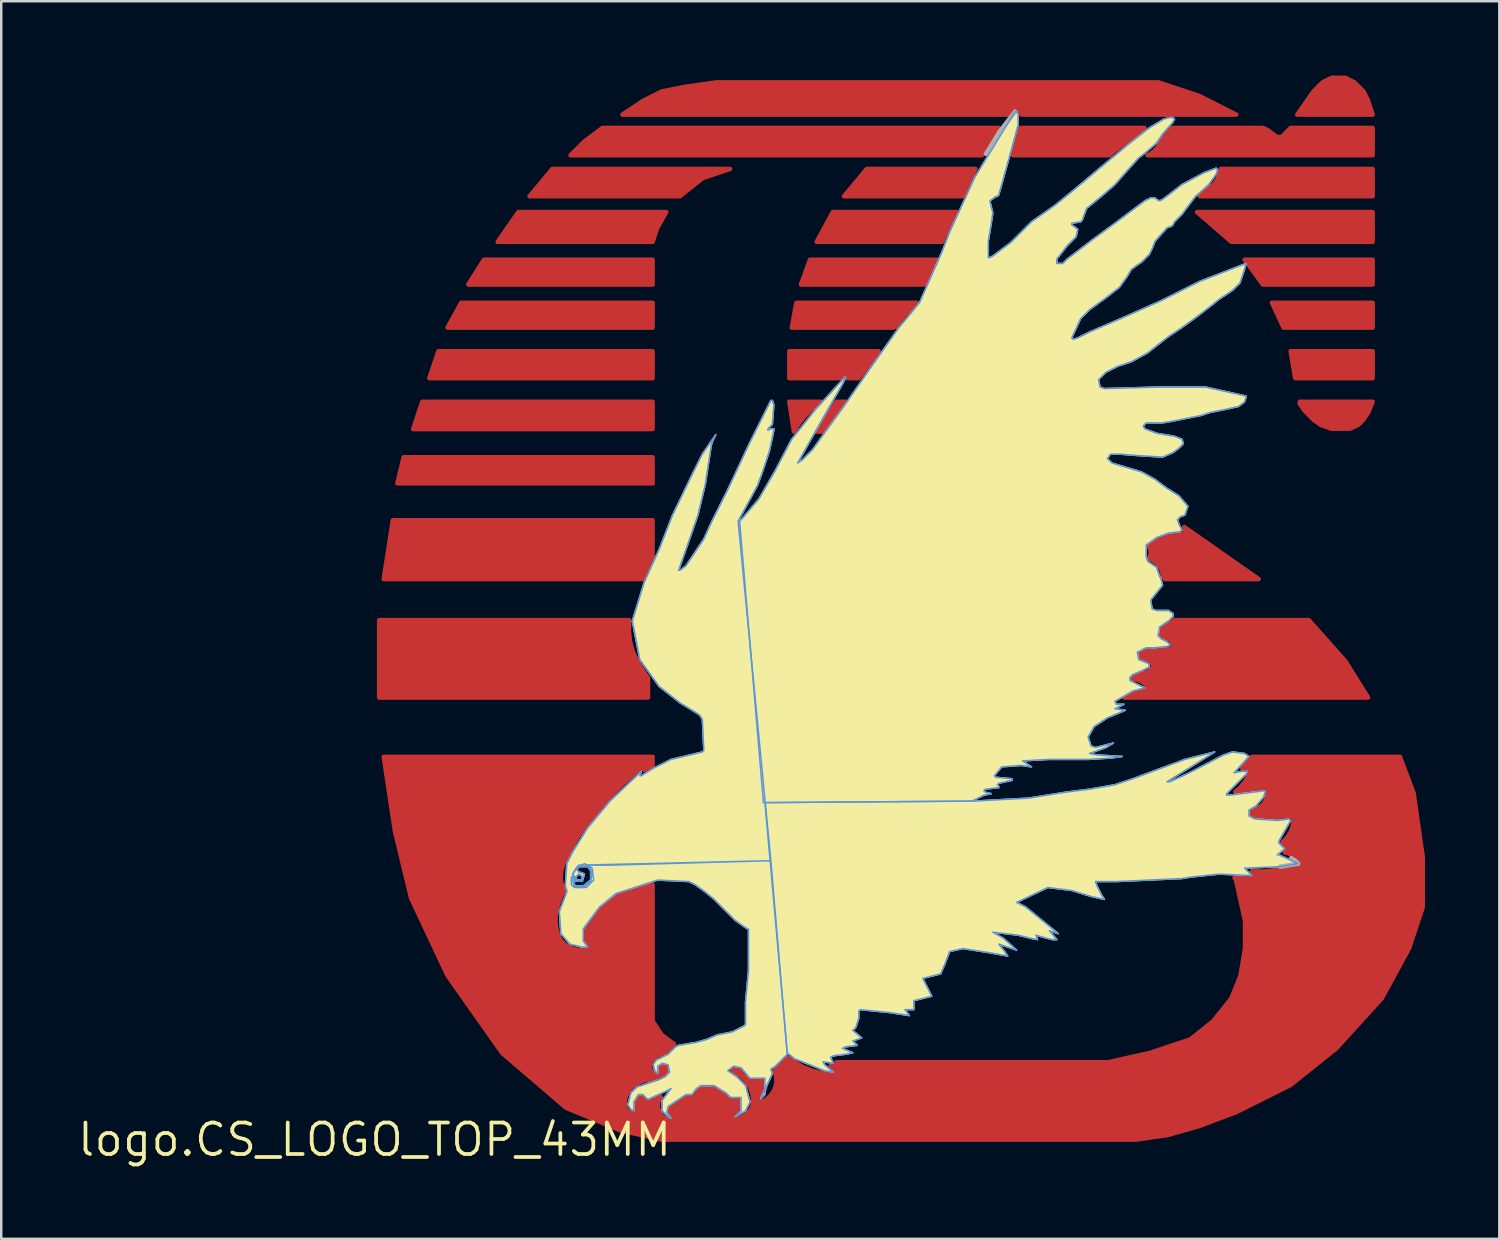
<source format=kicad_pcb>
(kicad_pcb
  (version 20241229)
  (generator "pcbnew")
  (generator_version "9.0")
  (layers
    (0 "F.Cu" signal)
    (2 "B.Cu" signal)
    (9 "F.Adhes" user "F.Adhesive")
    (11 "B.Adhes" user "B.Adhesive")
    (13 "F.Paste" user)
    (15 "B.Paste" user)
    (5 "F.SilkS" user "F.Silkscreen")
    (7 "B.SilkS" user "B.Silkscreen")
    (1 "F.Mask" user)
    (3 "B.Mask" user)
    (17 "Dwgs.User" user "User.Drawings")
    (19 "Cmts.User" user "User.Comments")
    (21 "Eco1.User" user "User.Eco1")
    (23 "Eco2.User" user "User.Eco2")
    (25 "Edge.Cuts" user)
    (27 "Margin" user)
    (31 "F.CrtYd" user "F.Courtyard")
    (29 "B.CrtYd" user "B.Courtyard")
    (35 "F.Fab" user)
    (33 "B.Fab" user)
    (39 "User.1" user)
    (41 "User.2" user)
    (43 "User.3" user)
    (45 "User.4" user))
  (footprint "logo.CS_LOGO_TOP_43MM"
    (layer "F.Cu")
    (at 12.072 42.956)
    (property "Reference" "logo.CS_LOGO_TOP_43MM" (at 0 0 0) (layer "F.SilkS") (effects (font (size 1.27 1.27) (thickness 0.15))))
    (fp_poly (pts (xy 1.172 -27.548) (xy 11.223 -27.548) (xy 11.223 -26.492) (xy 0.92 -26.492)) (stroke (width 0.18) (type default)) (fill yes) (layer "F.Cu"))
    (fp_poly (pts (xy 1.924 -29.788) (xy 11.223 -29.788) (xy 11.223 -28.684) (xy 1.556 -28.684)) (stroke (width 0.18) (type default)) (fill yes) (layer "F.Cu"))
    (fp_poly (pts (xy 2.576 -31.828) (xy 11.223 -31.828) (xy 11.223 -30.74) (xy 2.208 -30.74)) (stroke (width 0.18) (type default)) (fill yes) (layer "F.Cu"))
    (fp_poly (pts (xy 3.496 -33.783) (xy 11.223 -33.783) (xy 11.223 -32.78) (xy 2.944 -32.78)) (stroke (width 0.18) (type default)) (fill yes) (layer "F.Cu"))
    (fp_poly (pts (xy 4.415 -35.523) (xy 11.223 -35.523) (xy 11.223 -34.519) (xy 3.78 -34.519)) (stroke (width 0.18) (type default)) (fill yes) (layer "F.Cu"))
    (fp_poly (pts (xy 18.109 -28.584) (xy 17.826 -28.584) (xy 18.642 -29.788) (xy 19.031 -29.788)) (stroke (width 0.18) (type default)) (fill yes) (layer "F.Cu"))
    (fp_poly (pts (xy 35.859 -34.519) (xy 35.123 -35.523) (xy 40.291 -35.523) (xy 40.291 -34.519)) (stroke (width 0.18) (type default)) (fill yes) (layer "F.Cu"))
    (fp_poly (pts (xy 36.695 -32.78) (xy 36.227 -33.783) (xy 40.291 -33.783) (xy 40.291 -32.78)) (stroke (width 0.18) (type default)) (fill yes) (layer "F.Cu"))
    (fp_poly (pts (xy 37.163 -30.74) (xy 36.979 -31.828) (xy 40.291 -31.828) (xy 40.291 -30.74)) (stroke (width 0.18) (type default)) (fill yes) (layer "F.Cu"))
    (fp_poly (pts (xy 40.291 -36.243) (xy 34.587 -36.243) (xy 33.199 -37.447) (xy 40.291 -37.447)) (stroke (width 0.18) (type default)) (fill yes) (layer "F.Cu"))
    (fp_poly (pts (xy 0.736 -25.005) (xy 11.223 -25.005) (xy 11.223 -23.536) (xy 10.81 -22.629) (xy 0.368 -22.629)) (stroke (width 0.18) (type default)) (fill yes) (layer "F.Cu"))
    (fp_poly (pts (xy 5.803 -37.447) (xy 11.774 -37.447) (xy 11.406 -36.795) (xy 11.223 -36.243) (xy 4.967 -36.243)) (stroke (width 0.18) (type default)) (fill yes) (layer "F.Cu"))
    (fp_poly (pts (xy 7.175 -39.187) (xy 14.35 -39.187) (xy 13.246 -38.819) (xy 12.326 -38.083) (xy 6.255 -38.083)) (stroke (width 0.18) (type default)) (fill yes) (layer "F.Cu"))
    (fp_poly (pts (xy 17.578 -35.523) (xy 22.712 -35.523) (xy 22.566 -35.182) (xy 22.369 -34.711) (xy 22.304 -34.519) (xy 17.21 -34.519)) (stroke (width 0.18) (type default)) (fill yes) (layer "F.Cu"))
    (fp_poly (pts (xy 24.144 -38.953) (xy 24.123 -38.907) (xy 24.102 -38.863) (xy 24.102 -38.862) (xy 23.744 -38.083) (xy 18.949 -38.083) (xy 19.869 -39.187) (xy 24.256 -39.187) (xy 24.145 -38.953)) (stroke (width 0.18) (type default)) (fill yes) (layer "F.Cu"))
    (fp_poly (pts (xy 37.899 -42.314) (xy 38.267 -42.682) (xy 38.635 -42.866) (xy 39.187 -42.866) (xy 39.555 -42.682) (xy 39.922 -42.314) (xy 40.106 -41.946) (xy 40.291 -41.378) (xy 37.247 -41.378)) (stroke (width 0.18) (type default)) (fill yes) (layer "F.Cu"))
    (fp_poly (pts (xy 40.106 -29.336) (xy 40.1 -29.35) (xy 39.922 -29.068) (xy 39.7 -28.85) (xy 39.371 -28.7) (xy 38.635 -28.7) (xy 38.2 -28.85) (xy 37.899 -29.068) (xy 37.531 -29.436) (xy 37.347 -29.704) (xy 37.347 -29.788) (xy 40.291 -29.788)) (stroke (width 0.18) (type default)) (fill yes) (layer "F.Cu"))
    (fp_poly (pts (xy 17.026 -33.783) (xy 21.884 -33.783) (xy 21.392 -33.273) (xy 21.386 -33.272) (xy 21.359 -33.236) (xy 21.328 -33.202) (xy 21.329 -33.196) (xy 21.1 -32.896) (xy 21.097 -32.895) (xy 21.07 -32.856) (xy 21.04 -32.818) (xy 21.041 -32.815) (xy 20.934 -32.78) (xy 16.842 -32.78)) (stroke (width 0.18) (type default)) (fill yes) (layer "F.Cu"))
    (fp_poly (pts (xy 17.748 -29.598) (xy 17.717 -29.566) (xy 17.678 -29.527) (xy 17.678 -29.526) (xy 17.386 -29.223) (xy 17.379 -29.223) (xy 17.352 -29.188) (xy 17.32 -29.155) (xy 17.32 -29.149) (xy 17.109 -28.884) (xy 16.926 -28.584) (xy 16.742 -29.788) (xy 18.031 -29.788) (xy 17.749 -29.598)) (stroke (width 0.18) (type default)) (fill yes) (layer "F.Cu"))
    (fp_poly (pts (xy 18.497 -37.447) (xy 23.506 -37.447) (xy 23.122 -36.727) (xy 23.121 -36.727) (xy 23.099 -36.679) (xy 23.08 -36.636) (xy 23.08 -36.636) (xy 22.947 -36.337) (xy 22.941 -36.334) (xy 22.927 -36.292) (xy 22.909 -36.252) (xy 22.912 -36.245) (xy 22.911 -36.243) (xy 17.846 -36.243)) (stroke (width 0.18) (type default)) (fill yes) (layer "F.Cu"))
    (fp_poly (pts (xy 8.463 -40.291) (xy 9.199 -40.842) (xy 25.195 -40.842) (xy 25.152 -40.787) (xy 25.145 -40.786) (xy 25.122 -40.748) (xy 25.095 -40.713) (xy 25.096 -40.706) (xy 24.598 -39.894) (xy 24.591 -39.892) (xy 24.572 -39.852) (xy 24.549 -39.815) (xy 24.551 -39.807) (xy 24.518 -39.739) (xy 7.911 -39.739)) (stroke (width 0.18) (type default)) (fill yes) (layer "F.Cu"))
    (fp_poly (pts (xy 30.394 -40.306) (xy 30.393 -40.307) (xy 30.355 -40.278) (xy 30.313 -40.248) (xy 30.313 -40.246) (xy 29.824 -39.878) (xy 29.818 -39.878) (xy 29.785 -39.848) (xy 29.749 -39.821) (xy 29.748 -39.814) (xy 29.666 -39.739) (xy 25.77 -39.739) (xy 26.071 -40.842) (xy 31.081 -40.842) (xy 30.782 -40.591)) (stroke (width 0.18) (type default)) (fill yes) (layer "F.Cu"))
    (fp_poly (pts (xy 10.854 -41.946) (xy 11.59 -42.314) (xy 12.51 -42.498) (xy 13.798 -42.682) (xy 31.644 -42.682) (xy 33.299 -42.13) (xy 34.787 -41.378) (xy 26.117 -41.378) (xy 26.007 -41.586) (xy 25.99 -41.611) (xy 25.983 -41.612) (xy 25.979 -41.62) (xy 25.956 -41.625) (xy 25.937 -41.639) (xy 25.922 -41.637) (xy 25.91 -41.645) (xy 25.887 -41.64) (xy 25.863 -41.645) (xy 25.851 -41.637) (xy 25.837 -41.639) (xy 25.818 -41.625) (xy 25.795 -41.62) (xy 25.793 -41.616) (xy 25.791 -41.616) (xy 25.77 -41.589) (xy 25.657 -41.378) (xy 10.003 -41.378)) (stroke (width 0.18) (type default)) (fill yes) (layer "F.Cu"))
    (fp_poly (pts (xy 35.859 -40.842) (xy 36.043 -40.758) (xy 36.427 -40.474) (xy 36.611 -40.474) (xy 36.979 -40.842) (xy 40.291 -40.842) (xy 40.291 -39.739) (xy 31.208 -39.739) (xy 31.253 -39.759) (xy 31.267 -39.756) (xy 31.298 -39.779) (xy 31.333 -39.794) (xy 31.338 -39.807) (xy 31.411 -39.859) (xy 31.425 -39.86) (xy 31.451 -39.888) (xy 31.482 -39.91) (xy 31.484 -39.924) (xy 31.546 -39.989) (xy 31.559 -39.992) (xy 31.579 -40.025) (xy 31.605 -40.053) (xy 31.605 -40.067) (xy 31.646 -40.134) (xy 31.649 -40.134) (xy 31.673 -40.176) (xy 31.698 -40.218) (xy 31.698 -40.22) (xy 31.778 -40.359) (xy 31.903 -40.522) (xy 32.183 -40.842)) (stroke (width 0.18) (type default)) (fill yes) (layer "F.Cu"))
    (fp_poly (pts (xy 16.742 -31.828) (xy 20.346 -31.828) (xy 19.954 -31.272) (xy 19.954 -31.272) (xy 19.923 -31.227) (xy 19.896 -31.19) (xy 19.896 -31.189) (xy 19.547 -30.74) (xy 19.14 -30.74) (xy 19.078 -30.742) (xy 19.125 -30.789) (xy 19.125 -30.811) (xy 19.085 -30.755) (xy 19.126 -30.757) (xy 19.129 -30.76) (xy 19.125 -30.805) (xy 19.125 -30.851) (xy 19.121 -30.855) (xy 19.12 -30.861) (xy 19.086 -30.89) (xy 19.054 -30.922) (xy 19.048 -30.922) (xy 19.043 -30.926) (xy 18.998 -30.922) (xy 18.953 -30.922) (xy 18.949 -30.918) (xy 18.942 -30.917) (xy 18.913 -30.882) (xy 18.881 -30.851) (xy 18.881 -30.844) (xy 18.825 -30.74) (xy 16.742 -30.74)) (stroke (width 0.18) (type default)) (fill yes) (layer "F.Cu"))
    (fp_poly (pts (xy 10.261 -20.573) (xy 10.265 -20.532) (xy 10.264 -20.491) (xy 10.271 -20.483) (xy 10.307 -20.161) (xy 10.302 -20.151) (xy 10.313 -20.112) (xy 10.317 -20.071) (xy 10.326 -20.064) (xy 10.412 -19.751) (xy 10.408 -19.741) (xy 10.425 -19.703) (xy 10.436 -19.664) (xy 10.445 -19.659) (xy 10.579 -19.364) (xy 10.577 -19.355) (xy 10.599 -19.319) (xy 10.617 -19.281) (xy 10.626 -19.277) (xy 10.939 -18.782) (xy 10.938 -18.774) (xy 10.965 -18.741) (xy 10.988 -18.704) (xy 10.997 -18.702) (xy 11.038 -18.652) (xy 11.038 -17.846) (xy 0.184 -17.846) (xy 0.184 -20.973) (xy 10.285 -20.973) (xy 10.284 -20.954) (xy 10.277 -20.913) (xy 10.282 -20.905) (xy 10.268 -20.581)) (stroke (width 0.18) (type default)) (fill yes) (layer "F.Cu"))
    (fp_poly (pts (xy 40.291 -38.083) (xy 33.314 -38.083) (xy 33.472 -38.237) (xy 33.711 -38.43) (xy 33.714 -38.43) (xy 33.75 -38.461) (xy 33.788 -38.492) (xy 33.788 -38.494) (xy 33.822 -38.523) (xy 33.833 -38.524) (xy 33.859 -38.554) (xy 33.89 -38.581) (xy 33.891 -38.592) (xy 33.925 -38.633) (xy 33.936 -38.635) (xy 33.957 -38.67) (xy 33.983 -38.701) (xy 33.982 -38.712) (xy 34.009 -38.758) (xy 34.019 -38.762) (xy 34.034 -38.8) (xy 34.055 -38.835) (xy 34.053 -38.846) (xy 34.069 -38.888) (xy 34.073 -38.89) (xy 34.088 -38.934) (xy 34.105 -38.978) (xy 34.104 -38.982) (xy 34.136 -39.08) (xy 34.145 -39.087) (xy 34.152 -39.127) (xy 34.153 -39.131) (xy 34.166 -39.151) (xy 34.164 -39.162) (xy 34.165 -39.166) (xy 34.161 -39.173) (xy 34.16 -39.177) (xy 34.162 -39.187) (xy 40.291 -39.187)) (stroke (width 0.18) (type default)) (fill yes) (layer "F.Cu"))
    (fp_poly (pts (xy 31.813 -22.82) (xy 31.804 -22.859) (xy 31.801 -22.898) (xy 31.793 -22.906) (xy 31.788 -22.926) (xy 31.792 -22.937) (xy 31.776 -22.973) (xy 31.767 -23.012) (xy 31.757 -23.018) (xy 31.749 -23.037) (xy 31.751 -23.049) (xy 31.729 -23.082) (xy 31.713 -23.119) (xy 31.702 -23.123) (xy 31.691 -23.14) (xy 31.691 -23.154) (xy 31.664 -23.181) (xy 31.642 -23.214) (xy 31.629 -23.216) (xy 31.578 -23.269) (xy 31.575 -23.283) (xy 31.544 -23.304) (xy 31.517 -23.331) (xy 31.503 -23.331) (xy 31.441 -23.372) (xy 31.436 -23.385) (xy 31.401 -23.399) (xy 31.369 -23.42) (xy 31.355 -23.417) (xy 31.256 -23.457) (xy 31.25 -23.459) (xy 31.253 -23.465) (xy 31.275 -23.503) (xy 31.291 -23.512) (xy 31.299 -23.545) (xy 31.317 -23.575) (xy 31.312 -23.593) (xy 31.315 -23.604) (xy 31.328 -23.616) (xy 31.328 -23.651) (xy 31.337 -23.684) (xy 31.328 -23.7) (xy 31.328 -23.712) (xy 31.337 -23.727) (xy 31.328 -23.76) (xy 31.328 -23.795) (xy 31.315 -23.808) (xy 31.312 -23.819) (xy 31.317 -23.836) (xy 31.299 -23.866) (xy 31.291 -23.899) (xy 31.275 -23.908) (xy 31.255 -23.943) (xy 31.348 -24.041) (xy 31.47 -24.129) (xy 31.614 -24.194) (xy 32.09 -24.372) (xy 32.231 -24.417) (xy 32.371 -24.434) (xy 32.48 -24.428) (xy 32.486 -24.423) (xy 32.529 -24.425) (xy 32.53 -24.425) (xy 32.553 -24.416) (xy 32.568 -24.423) (xy 32.574 -24.423) (xy 32.579 -24.428) (xy 32.606 -24.429) (xy 32.611 -24.434) (xy 32.618 -24.434) (xy 32.638 -24.454) (xy 32.663 -24.465) (xy 32.666 -24.472) (xy 32.673 -24.474) (xy 32.684 -24.5) (xy 32.703 -24.519) (xy 32.703 -24.527) (xy 32.709 -24.532) (xy 32.71 -24.559) (xy 32.721 -24.585) (xy 32.72 -24.587) (xy 32.721 -24.588) (xy 32.713 -24.62) (xy 32.715 -24.652) (xy 32.701 -24.667) (xy 32.695 -24.691) (xy 32.7 -24.705) (xy 32.686 -24.733) (xy 35.691 -22.629) (xy 31.909 -22.629) (xy 31.908 -22.64) (xy 31.884 -22.662) (xy 31.868 -22.691) (xy 31.85 -22.696) (xy 31.834 -22.711) (xy 31.816 -22.728) (xy 31.814 -22.731) (xy 31.812 -22.736) (xy 31.81 -22.753) (xy 31.807 -22.809)) (stroke (width 0.18) (type default)) (fill yes) (layer "F.Cu"))
    (fp_poly (pts (xy 37.715 -20.973) (xy 39.187 -19.317) (xy 40.106 -17.846) (xy 30.271 -17.846) (xy 30.277 -17.85) (xy 30.451 -17.936) (xy 30.64 -17.997) (xy 31.103 -18.113) (xy 31.139 -18.113) (xy 31.15 -18.125) (xy 31.166 -18.129) (xy 31.184 -18.16) (xy 31.21 -18.185) (xy 31.209 -18.201) (xy 31.218 -18.215) (xy 31.209 -18.25) (xy 31.209 -18.286) (xy 31.197 -18.298) (xy 31.193 -18.313) (xy 31.163 -18.332) (xy 31.1 -18.393) (xy 31.097 -18.407) (xy 31.065 -18.428) (xy 31.038 -18.454) (xy 31.024 -18.454) (xy 30.968 -18.489) (xy 30.962 -18.503) (xy 30.927 -18.516) (xy 30.895 -18.536) (xy 30.881 -18.533) (xy 30.82 -18.556) (xy 30.811 -18.568) (xy 30.774 -18.573) (xy 30.738 -18.587) (xy 30.725 -18.581) (xy 30.625 -18.596) (xy 30.603 -18.6) (xy 30.684 -18.682) (xy 30.793 -18.756) (xy 30.913 -18.807) (xy 31.005 -18.827) (xy 31.006 -18.826) (xy 31.051 -18.837) (xy 31.102 -18.848) (xy 31.103 -18.849) (xy 31.111 -18.851) (xy 31.126 -18.846) (xy 31.158 -18.862) (xy 31.193 -18.87) (xy 31.202 -18.884) (xy 31.221 -18.894) (xy 31.237 -18.892) (xy 31.265 -18.916) (xy 31.298 -18.932) (xy 31.303 -18.947) (xy 31.321 -18.963) (xy 31.339 -18.966) (xy 31.359 -18.994) (xy 31.38 -19.012) (xy 31.384 -19.014) (xy 31.384 -19.016) (xy 31.385 -19.016) (xy 31.385 -19.017) (xy 31.393 -19.044) (xy 31.412 -19.071) (xy 31.411 -19.072) (xy 31.413 -19.073) (xy 31.413 -19.105) (xy 31.422 -19.135) (xy 31.421 -19.137) (xy 31.422 -19.138) (xy 31.413 -19.169) (xy 31.413 -19.201) (xy 31.411 -19.202) (xy 31.412 -19.203) (xy 31.393 -19.229) (xy 31.384 -19.258) (xy 31.384 -19.259) (xy 31.384 -19.259) (xy 31.384 -19.26) (xy 31.381 -19.262) (xy 31.358 -19.28) (xy 31.339 -19.308) (xy 31.334 -19.309) (xy 31.332 -19.312) (xy 31.3 -19.329) (xy 31.271 -19.352) (xy 31.27 -19.352) (xy 31.269 -19.353) (xy 31.234 -19.362) (xy 31.201 -19.378) (xy 31.187 -19.373) (xy 31.171 -19.377) (xy 31.126 -19.387) (xy 31.125 -19.386) (xy 31.076 -19.396) (xy 30.995 -19.429) (xy 30.922 -19.474) (xy 30.902 -19.493) (xy 30.888 -19.515) (xy 30.88 -19.54) (xy 30.878 -19.566) (xy 30.882 -19.592) (xy 30.893 -19.616) (xy 30.927 -19.661) (xy 30.971 -19.697) (xy 31.021 -19.723) (xy 31.077 -19.736) (xy 31.144 -19.736) (xy 31.278 -19.729) (xy 31.284 -19.724) (xy 31.328 -19.726) (xy 31.371 -19.724) (xy 31.377 -19.729) (xy 31.468 -19.734) (xy 31.471 -19.732) (xy 31.518 -19.737) (xy 31.565 -19.739) (xy 31.568 -19.742) (xy 32.032 -19.794) (xy 32.045 -19.786) (xy 32.072 -19.792) (xy 32.099 -19.788) (xy 32.104 -19.792) (xy 32.11 -19.791) (xy 32.133 -19.806) (xy 32.161 -19.813) (xy 32.164 -19.818) (xy 32.17 -19.819) (xy 32.186 -19.842) (xy 32.208 -19.857) (xy 32.209 -19.864) (xy 32.215 -19.867) (xy 32.221 -19.894) (xy 32.237 -19.917) (xy 32.236 -19.923) (xy 32.24 -19.928) (xy 32.236 -19.956) (xy 32.242 -19.982) (xy 32.241 -19.984) (xy 32.241 -19.985) (xy 32.227 -20.014) (xy 32.223 -20.046) (xy 32.217 -20.05) (xy 32.217 -20.054) (xy 32.194 -20.083) (xy 32.178 -20.116) (xy 32.178 -20.116) (xy 32.15 -20.139) (xy 32.127 -20.168) (xy 32.127 -20.168) (xy 32.093 -20.184) (xy 32.065 -20.206) (xy 32.051 -20.205) (xy 32.041 -20.209) (xy 31.996 -20.23) (xy 31.993 -20.229) (xy 31.92 -20.26) (xy 31.819 -20.319) (xy 31.769 -20.36) (xy 31.731 -20.406) (xy 31.714 -20.44) (xy 31.706 -20.475) (xy 31.708 -20.511) (xy 31.718 -20.546) (xy 31.737 -20.577) (xy 31.766 -20.605) (xy 32.076 -20.812) (xy 32.078 -20.811) (xy 32.12 -20.841) (xy 32.159 -20.867) (xy 32.159 -20.868) (xy 32.17 -20.868) (xy 32.198 -20.896) (xy 32.231 -20.919) (xy 32.233 -20.931) (xy 32.239 -20.937) (xy 32.251 -20.939) (xy 32.274 -20.972) (xy 32.275 -20.973)) (stroke (width 0.18) (type default)) (fill yes) (layer "F.Cu"))
    (fp_poly (pts (xy 41.394 -15.454) (xy 41.946 -13.982) (xy 42.314 -11.406) (xy 42.314 -9.383) (xy 41.762 -7.727) (xy 40.658 -5.703) (xy 38.819 -3.679) (xy 36.979 -2.208) (xy 34.771 -1.104) (xy 33.299 -0.552) (xy 32.012 -0.184) (xy 30.724 0) (xy 11.59 0) (xy 9.935 -0.368) (xy 7.727 -1.288) (xy 5.151 -3.496) (xy 2.944 -6.623) (xy 1.472 -9.751) (xy 0.822 -12.44) (xy 0.368 -15.454) (xy 11.223 -15.454) (xy 11.223 -15.116) (xy 11.187 -15.094) (xy 11.144 -15.07) (xy 11.143 -15.066) (xy 10.882 -14.923) (xy 10.873 -14.93) (xy 10.868 -14.937) (xy 10.853 -14.968) (xy 10.836 -14.973) (xy 10.824 -14.987) (xy 10.79 -14.989) (xy 10.757 -15) (xy 10.741 -14.992) (xy 10.723 -14.993) (xy 10.698 -14.97) (xy 10.667 -14.955) (xy 10.661 -14.938) (xy 10.069 -14.409) (xy 10.065 -14.409) (xy 10.033 -14.376) (xy 9.997 -14.345) (xy 9.997 -14.34) (xy 9.449 -13.783) (xy 9.443 -13.783) (xy 9.414 -13.748) (xy 9.382 -13.715) (xy 9.382 -13.709) (xy 8.537 -12.695) (xy 8.53 -12.694) (xy 8.505 -12.657) (xy 8.476 -12.623) (xy 8.477 -12.616) (xy 8.206 -12.221) (xy 8.2 -12.22) (xy 8.178 -12.18) (xy 8.152 -12.143) (xy 8.153 -12.137) (xy 7.918 -11.723) (xy 7.915 -11.722) (xy 7.894 -11.679) (xy 7.87 -11.638) (xy 7.871 -11.634) (xy 7.672 -11.235) (xy 7.666 -11.232) (xy 7.65 -11.191) (xy 7.629 -11.15) (xy 7.631 -11.144) (xy 7.594 -11.05) (xy 7.585 -11.044) (xy 7.576 -11.005) (xy 7.561 -10.966) (xy 7.565 -10.956) (xy 7.542 -10.853) (xy 7.534 -10.846) (xy 7.531 -10.805) (xy 7.522 -10.765) (xy 7.528 -10.756) (xy 7.521 -10.651) (xy 7.514 -10.643) (xy 7.518 -10.602) (xy 7.515 -10.561) (xy 7.522 -10.553) (xy 7.531 -10.447) (xy 7.526 -10.438) (xy 7.536 -10.399) (xy 7.539 -10.357) (xy 7.548 -10.351) (xy 7.572 -10.253) (xy 7.569 -10.248) (xy 7.584 -10.205) (xy 7.595 -10.16) (xy 7.599 -10.158) (xy 7.639 -10.039) (xy 7.639 -10.028) (xy 7.543 -9.843) (xy 7.536 -9.84) (xy 7.521 -9.8) (xy 7.5 -9.761) (xy 7.503 -9.753) (xy 7.433 -9.572) (xy 7.426 -9.568) (xy 7.415 -9.525) (xy 7.399 -9.484) (xy 7.403 -9.477) (xy 7.353 -9.289) (xy 7.346 -9.283) (xy 7.34 -9.24) (xy 7.329 -9.199) (xy 7.333 -9.192) (xy 7.314 -9.047) (xy 7.307 -9.041) (xy 7.307 -8.999) (xy 7.301 -8.957) (xy 7.307 -8.949) (xy 7.307 -8.803) (xy 7.301 -8.796) (xy 7.307 -8.754) (xy 7.307 -8.711) (xy 7.314 -8.705) (xy 7.333 -8.56) (xy 7.329 -8.552) (xy 7.34 -8.511) (xy 7.345 -8.469) (xy 7.353 -8.463) (xy 7.392 -8.321) (xy 7.388 -8.31) (xy 7.405 -8.273) (xy 7.416 -8.234) (xy 7.426 -8.228) (xy 7.453 -8.17) (xy 7.45 -8.157) (xy 7.473 -8.125) (xy 7.489 -8.09) (xy 7.501 -8.085) (xy 7.54 -8.031) (xy 7.54 -8.018) (xy 7.568 -7.991) (xy 7.591 -7.959) (xy 7.603 -7.957) (xy 7.651 -7.911) (xy 7.653 -7.898) (xy 7.686 -7.877) (xy 7.714 -7.849) (xy 7.727 -7.85) (xy 7.782 -7.814) (xy 7.786 -7.803) (xy 7.823 -7.787) (xy 7.856 -7.765) (xy 7.868 -7.767) (xy 7.949 -7.732) (xy 7.955 -7.722) (xy 7.995 -7.712) (xy 8.032 -7.696) (xy 8.042 -7.7) (xy 8.128 -7.679) (xy 8.135 -7.67) (xy 8.176 -7.667) (xy 8.215 -7.657) (xy 8.225 -7.663) (xy 8.307 -7.656) (xy 8.311 -7.652) (xy 8.357 -7.652) (xy 8.402 -7.648) (xy 8.406 -7.652) (xy 8.598 -7.652) (xy 8.644 -7.648) (xy 8.648 -7.652) (xy 8.653 -7.652) (xy 8.685 -7.684) (xy 8.72 -7.714) (xy 8.721 -7.72) (xy 8.724 -7.723) (xy 8.724 -7.769) (xy 8.728 -7.815) (xy 8.724 -7.819) (xy 8.724 -7.824) (xy 8.692 -7.857) (xy 8.602 -7.961) (xy 8.53 -8.072) (xy 8.5 -8.143) (xy 8.485 -8.217) (xy 8.485 -8.293) (xy 8.5 -8.367) (xy 8.53 -8.437) (xy 8.643 -8.606) (xy 9.179 -9.322) (xy 9.309 -9.481) (xy 9.455 -9.618) (xy 9.617 -9.733) (xy 9.795 -9.827) (xy 10.61 -10.137) (xy 11.223 -10.299) (xy 11.223 -4.783) (xy 11.59 -4.231) (xy 12.09 -3.857) (xy 12.075 -3.843) (xy 12.041 -3.821) (xy 12.039 -3.81) (xy 12.006 -3.78) (xy 11.999 -3.779) (xy 11.969 -3.746) (xy 11.936 -3.716) (xy 11.935 -3.709) (xy 11.881 -3.65) (xy 11.77 -3.539) (xy 11.712 -3.498) (xy 11.648 -3.466) (xy 11.619 -3.457) (xy 11.619 -3.457) (xy 11.569 -3.441) (xy 11.523 -3.426) (xy 11.523 -3.426) (xy 11.523 -3.426) (xy 11.513 -3.429) (xy 11.476 -3.411) (xy 11.437 -3.398) (xy 11.432 -3.389) (xy 11.422 -3.384) (xy 11.412 -3.386) (xy 11.379 -3.362) (xy 11.342 -3.344) (xy 11.338 -3.333) (xy 11.329 -3.326) (xy 11.317 -3.326) (xy 11.289 -3.298) (xy 11.256 -3.275) (xy 11.254 -3.265) (xy 11.243 -3.262) (xy 11.222 -3.23) (xy 11.194 -3.203) (xy 11.194 -3.19) (xy 11.182 -3.185) (xy 11.168 -3.15) (xy 11.146 -3.118) (xy 11.149 -3.104) (xy 11.148 -3.103) (xy 11.136 -3.094) (xy 11.13 -3.058) (xy 11.116 -3.025) (xy 11.121 -3.011) (xy 11.111 -2.997) (xy 11.114 -2.964) (xy 11.109 -2.93) (xy 11.12 -2.915) (xy 11.12 -2.914) (xy 11.112 -2.897) (xy 11.125 -2.866) (xy 11.165 -2.764) (xy 11.25 -2.667) (xy 11.398 -2.518) (xy 11.512 -2.574) (xy 11.59 -2.652) (xy 11.505 -2.767) (xy 11.497 -2.807) (xy 11.504 -2.861) (xy 11.556 -2.917) (xy 11.631 -2.964) (xy 11.696 -2.973) (xy 11.738 -2.958) (xy 11.783 -2.908) (xy 11.803 -2.846) (xy 11.798 -2.773) (xy 11.767 -2.722) (xy 11.729 -2.682) (xy 11.429 -2.53) (xy 11.327 -2.476) (xy 11.225 -2.442) (xy 11.158 -2.431) (xy 11.149 -2.43) (xy 11.058 -2.415) (xy 11.058 -2.415) (xy 10.957 -2.399) (xy 10.948 -2.404) (xy 10.909 -2.391) (xy 10.869 -2.385) (xy 10.862 -2.376) (xy 10.755 -2.34) (xy 10.744 -2.343) (xy 10.708 -2.324) (xy 10.67 -2.311) (xy 10.665 -2.301) (xy 10.565 -2.249) (xy 10.554 -2.251) (xy 10.521 -2.226) (xy 10.485 -2.207) (xy 10.482 -2.197) (xy 10.454 -2.177) (xy 10.444 -2.177) (xy 10.415 -2.148) (xy 10.381 -2.123) (xy 10.38 -2.113) (xy 10.356 -2.089) (xy 10.346 -2.087) (xy 10.321 -2.054) (xy 10.292 -2.025) (xy 10.292 -2.014) (xy 10.271 -1.987) (xy 10.261 -1.984) (xy 10.242 -1.947) (xy 10.218 -1.914) (xy 10.219 -1.904) (xy 10.198 -1.862) (xy 10.188 -1.857) (xy 10.175 -1.819) (xy 10.156 -1.783) (xy 10.159 -1.772) (xy 10.145 -1.728) (xy 10.136 -1.721) (xy 10.129 -1.681) (xy 10.116 -1.642) (xy 10.121 -1.633) (xy 10.113 -1.586) (xy 10.105 -1.579) (xy 10.105 -1.538) (xy 10.098 -1.497) (xy 10.104 -1.488) (xy 10.104 -1.438) (xy 10.096 -1.427) (xy 10.104 -1.389) (xy 10.103 -1.352) (xy 10.108 -1.347) (xy 10.105 -1.337) (xy 10.12 -1.306) (xy 10.127 -1.272) (xy 10.138 -1.265) (xy 10.137 -1.253) (xy 10.159 -1.227) (xy 10.175 -1.196) (xy 10.187 -1.192) (xy 10.189 -1.179) (xy 10.218 -1.16) (xy 10.24 -1.134) (xy 10.248 -1.134) (xy 10.284 -1.115) (xy 10.32 -1.091) (xy 10.329 -1.093) (xy 10.405 -1.055) (xy 10.44 -1.031) (xy 10.449 -1.033) (xy 10.457 -1.029) (xy 10.497 -1.043) (xy 10.539 -1.051) (xy 10.544 -1.058) (xy 10.552 -1.061) (xy 10.572 -1.099) (xy 10.595 -1.135) (xy 10.594 -1.144) (xy 10.598 -1.151) (xy 10.584 -1.192) (xy 10.564 -1.292) (xy 10.564 -1.39) (xy 10.583 -1.487) (xy 10.619 -1.577) (xy 10.67 -1.661) (xy 10.73 -1.732) (xy 10.735 -1.736) (xy 10.736 -1.736) (xy 10.737 -1.736) (xy 10.739 -1.736) (xy 10.747 -1.729) (xy 10.885 -1.591) (xy 10.885 -1.591) (xy 10.905 -1.571) (xy 10.957 -1.52) (xy 11.045 -1.52) (xy 11.072 -1.51) (xy 11.094 -1.52) (xy 11.118 -1.52) (xy 11.138 -1.54) (xy 11.553 -1.728) (xy 11.522 -1.676) (xy 11.511 -1.671) (xy 11.498 -1.633) (xy 11.477 -1.599) (xy 11.481 -1.587) (xy 11.468 -1.554) (xy 11.456 -1.544) (xy 11.452 -1.508) (xy 11.439 -1.474) (xy 11.446 -1.459) (xy 11.441 -1.42) (xy 11.431 -1.407) (xy 11.436 -1.371) (xy 11.431 -1.335) (xy 11.441 -1.323) (xy 11.446 -1.283) (xy 11.439 -1.269) (xy 11.452 -1.235) (xy 11.456 -1.199) (xy 11.468 -1.189) (xy 11.482 -1.152) (xy 11.479 -1.137) (xy 11.498 -1.106) (xy 11.511 -1.072) (xy 11.525 -1.065) (xy 11.549 -1.028) (xy 11.549 -1.014) (xy 11.575 -0.987) (xy 11.596 -0.956) (xy 11.61 -0.953) (xy 11.641 -0.922) (xy 11.644 -0.907) (xy 11.675 -0.887) (xy 11.702 -0.861) (xy 11.716 -0.861) (xy 11.747 -0.841) (xy 11.749 -0.834) (xy 11.789 -0.814) (xy 11.825 -0.79) (xy 11.833 -0.792) (xy 11.893 -0.762) (xy 11.91 -0.742) (xy 11.936 -0.74) (xy 11.959 -0.728) (xy 11.985 -0.737) (xy 12.011 -0.735) (xy 12.031 -0.752) (xy 12.055 -0.76) (xy 12.067 -0.784) (xy 12.087 -0.801) (xy 12.089 -0.827) (xy 12.101 -0.85) (xy 12.092 -0.876) (xy 12.094 -0.902) (xy 12.077 -0.922) (xy 12.069 -0.946) (xy 12.045 -0.958) (xy 11.967 -1.047) (xy 11.899 -1.155) (xy 11.891 -1.176) (xy 11.89 -1.194) (xy 11.895 -1.211) (xy 11.904 -1.226) (xy 11.924 -1.244) (xy 12.055 -1.332) (xy 12.055 -1.332) (xy 12.079 -1.347) (xy 12.139 -1.388) (xy 12.139 -1.388) (xy 12.607 -1.7) (xy 12.77 -1.7) (xy 12.778 -1.694) (xy 12.819 -1.7) (xy 12.861 -1.7) (xy 12.868 -1.707) (xy 12.878 -1.709) (xy 12.903 -1.742) (xy 12.933 -1.772) (xy 12.933 -1.782) (xy 13.083 -1.981) (xy 13.121 -2.017) (xy 13.164 -2.046) (xy 13.211 -2.067) (xy 13.325 -2.096) (xy 13.442 -2.106) (xy 13.559 -2.096) (xy 13.674 -2.067) (xy 13.831 -1.999) (xy 13.976 -1.908) (xy 14.111 -1.793) (xy 14.252 -1.651) (xy 14.252 -1.651) (xy 14.272 -1.631) (xy 14.323 -1.58) (xy 14.736 -1.58) (xy 14.744 -1.569) (xy 14.769 -1.517) (xy 14.782 -1.46) (xy 14.782 -1.402) (xy 14.769 -1.345) (xy 14.744 -1.293) (xy 14.704 -1.242) (xy 14.484 -1.022) (xy 14.457 -1.01) (xy 14.449 -0.988) (xy 14.432 -0.971) (xy 14.432 -0.942) (xy 14.422 -0.915) (xy 14.432 -0.894) (xy 14.432 -0.87) (xy 14.453 -0.849) (xy 14.465 -0.823) (xy 14.487 -0.815) (xy 14.504 -0.798) (xy 14.533 -0.798) (xy 14.559 -0.788) (xy 14.581 -0.798) (xy 14.605 -0.798) (xy 14.625 -0.819) (xy 14.791 -0.895) (xy 14.804 -0.893) (xy 14.836 -0.915) (xy 14.872 -0.932) (xy 14.876 -0.944) (xy 15.014 -1.04) (xy 15.027 -1.04) (xy 15.054 -1.067) (xy 15.086 -1.09) (xy 15.088 -1.103) (xy 15.109 -1.124) (xy 15.123 -1.127) (xy 15.143 -1.159) (xy 15.17 -1.186) (xy 15.17 -1.2) (xy 15.186 -1.226) (xy 15.199 -1.232) (xy 15.213 -1.268) (xy 15.233 -1.299) (xy 15.23 -1.313) (xy 15.241 -1.342) (xy 15.252 -1.35) (xy 15.258 -1.388) (xy 15.272 -1.423) (xy 15.266 -1.436) (xy 15.27 -1.465) (xy 15.279 -1.474) (xy 15.278 -1.513) (xy 15.284 -1.552) (xy 15.277 -1.562) (xy 15.274 -1.659) (xy 15.28 -1.669) (xy 15.273 -1.709) (xy 15.272 -1.749) (xy 15.264 -1.757) (xy 15.246 -1.851) (xy 15.251 -1.861) (xy 15.237 -1.899) (xy 15.229 -1.939) (xy 15.22 -1.945) (xy 15.188 -2.035) (xy 15.191 -2.046) (xy 15.171 -2.081) (xy 15.157 -2.119) (xy 15.147 -2.124) (xy 15.101 -2.207) (xy 15.102 -2.217) (xy 15.077 -2.249) (xy 15.057 -2.286) (xy 15.047 -2.289) (xy 14.993 -2.36) (xy 14.993 -2.369) (xy 14.963 -2.399) (xy 14.937 -2.433) (xy 14.928 -2.434) (xy 14.866 -2.497) (xy 14.864 -2.506) (xy 14.831 -2.532) (xy 14.801 -2.562) (xy 14.792 -2.562) (xy 14.725 -2.613) (xy 14.724 -2.617) (xy 14.685 -2.644) (xy 14.649 -2.671) (xy 14.644 -2.671) (xy 14.465 -2.79) (xy 14.558 -2.859) (xy 14.583 -2.872) (xy 14.608 -2.876) (xy 14.633 -2.874) (xy 14.656 -2.866) (xy 14.677 -2.853) (xy 14.7 -2.827) (xy 14.813 -2.678) (xy 14.813 -2.672) (xy 14.843 -2.639) (xy 14.87 -2.603) (xy 14.877 -2.602) (xy 14.973 -2.497) (xy 14.973 -2.493) (xy 15.007 -2.459) (xy 15.039 -2.424) (xy 15.043 -2.424) (xy 15.105 -2.361) (xy 15.698 -2.361) (xy 15.718 -2.336) (xy 15.752 -2.267) (xy 15.769 -2.191) (xy 15.769 -2.114) (xy 15.752 -2.039) (xy 15.718 -1.97) (xy 15.666 -1.904) (xy 15.504 -1.742) (xy 15.476 -1.728) (xy 15.47 -1.708) (xy 15.454 -1.692) (xy 15.454 -1.661) (xy 15.444 -1.632) (xy 15.454 -1.613) (xy 15.454 -1.591) (xy 15.476 -1.569) (xy 15.49 -1.542) (xy 15.51 -1.535) (xy 15.526 -1.52) (xy 15.556 -1.52) (xy 15.586 -1.51) (xy 15.605 -1.52) (xy 15.627 -1.52) (xy 15.648 -1.542) (xy 15.736 -1.586) (xy 15.75 -1.584) (xy 15.78 -1.608) (xy 15.815 -1.625) (xy 15.819 -1.637) (xy 15.883 -1.687) (xy 15.897 -1.687) (xy 15.922 -1.716) (xy 15.953 -1.74) (xy 15.955 -1.753) (xy 16.009 -1.814) (xy 16.021 -1.817) (xy 16.041 -1.85) (xy 16.067 -1.879) (xy 16.066 -1.893) (xy 16.107 -1.962) (xy 16.119 -1.968) (xy 16.132 -2.004) (xy 16.152 -2.038) (xy 16.149 -2.05) (xy 16.176 -2.127) (xy 16.187 -2.134) (xy 16.193 -2.173) (xy 16.206 -2.209) (xy 16.2 -2.221) (xy 16.213 -2.301) (xy 16.222 -2.311) (xy 16.22 -2.35) (xy 16.226 -2.388) (xy 16.218 -2.398) (xy 16.215 -2.479) (xy 16.222 -2.49) (xy 16.214 -2.528) (xy 16.212 -2.567) (xy 16.203 -2.576) (xy 16.186 -2.649) (xy 16.189 -2.654) (xy 16.175 -2.697) (xy 16.165 -2.741) (xy 16.159 -2.744) (xy 16.146 -2.781) (xy 16.161 -2.793) (xy 16.195 -2.811) (xy 16.199 -2.824) (xy 16.221 -2.842) (xy 16.228 -2.842) (xy 16.259 -2.874) (xy 16.294 -2.902) (xy 16.294 -2.909) (xy 16.513 -3.127) (xy 16.691 -3.305) (xy 16.695 -3.305) (xy 16.953 -3.127) (xy 17.24 -2.962) (xy 17.243 -2.953) (xy 17.282 -2.938) (xy 17.318 -2.916) (xy 17.328 -2.919) (xy 17.656 -2.788) (xy 17.662 -2.779) (xy 17.703 -2.769) (xy 17.741 -2.754) (xy 17.75 -2.758) (xy 18.089 -2.676) (xy 18.092 -2.672) (xy 18.137 -2.664) (xy 18.182 -2.654) (xy 18.187 -2.656) (xy 18.47 -2.609) (xy 18.483 -2.598) (xy 18.518 -2.601) (xy 18.552 -2.595) (xy 18.566 -2.605) (xy 18.584 -2.607) (xy 18.606 -2.634) (xy 18.634 -2.654) (xy 18.637 -2.671) (xy 18.648 -2.684) (xy 18.645 -2.719) (xy 18.651 -2.754) (xy 18.641 -2.768) (xy 18.639 -2.785) (xy 18.612 -2.808) (xy 18.592 -2.836) (xy 18.575 -2.839) (xy 18.408 -2.978) (xy 18.494 -2.965) (xy 18.532 -2.953) (xy 18.543 -2.958) (xy 18.555 -2.957) (xy 18.587 -2.98) (xy 18.622 -2.998) (xy 18.626 -3.01) (xy 18.636 -3.017) (xy 18.641 -3.056) (xy 18.654 -3.094) (xy 18.648 -3.105) (xy 18.65 -3.117) (xy 18.642 -3.127) (xy 29.62 -3.127) (xy 31.276 -3.496) (xy 32.931 -4.047) (xy 33.851 -4.783) (xy 34.587 -5.703) (xy 34.955 -6.623) (xy 35.139 -7.727) (xy 35.139 -8.831) (xy 34.771 -10.487) (xy 34.716 -10.569) (xy 35.363 -10.54) (xy 35.365 -10.538) (xy 35.412 -10.538) (xy 35.461 -10.536) (xy 35.463 -10.538) (xy 35.466 -10.538) (xy 35.5 -10.571) (xy 35.535 -10.604) (xy 35.535 -10.607) (xy 35.538 -10.609) (xy 35.538 -10.656) (xy 35.54 -10.705) (xy 35.538 -10.707) (xy 35.538 -10.71) (xy 35.504 -10.744) (xy 35.472 -10.779) (xy 35.468 -10.779) (xy 35.416 -10.832) (xy 35.794 -10.825) (xy 35.801 -10.819) (xy 35.844 -10.824) (xy 35.887 -10.823) (xy 35.893 -10.829) (xy 36.525 -10.894) (xy 36.528 -10.892) (xy 36.574 -10.899) (xy 36.621 -10.904) (xy 36.624 -10.908) (xy 37.29 -11.019) (xy 37.331 -11.019) (xy 37.339 -11.027) (xy 37.35 -11.029) (xy 37.373 -11.062) (xy 37.402 -11.091) (xy 37.402 -11.102) (xy 37.408 -11.111) (xy 37.401 -11.151) (xy 37.401 -11.192) (xy 37.393 -11.2) (xy 37.392 -11.211) (xy 37.358 -11.234) (xy 37.266 -11.325) (xy 37.264 -11.337) (xy 37.231 -11.359) (xy 37.203 -11.387) (xy 37.191 -11.387) (xy 37.108 -11.444) (xy 37.104 -11.456) (xy 37.069 -11.472) (xy 37.035 -11.495) (xy 37.023 -11.493) (xy 36.932 -11.535) (xy 36.926 -11.545) (xy 36.887 -11.556) (xy 36.852 -11.572) (xy 36.84 -11.568) (xy 36.747 -11.593) (xy 36.777 -11.616) (xy 36.779 -11.616) (xy 36.817 -11.649) (xy 36.854 -11.678) (xy 36.854 -11.68) (xy 36.856 -11.682) (xy 36.86 -11.732) (xy 36.865 -11.779) (xy 36.864 -11.78) (xy 36.864 -11.783) (xy 36.831 -11.821) (xy 36.802 -11.857) (xy 36.8 -11.858) (xy 36.746 -11.921) (xy 36.745 -11.932) (xy 36.715 -11.958) (xy 36.688 -11.989) (xy 36.677 -11.99) (xy 36.651 -12.013) (xy 36.7 -12.055) (xy 36.711 -12.056) (xy 36.737 -12.087) (xy 36.767 -12.113) (xy 36.768 -12.125) (xy 36.846 -12.219) (xy 36.858 -12.222) (xy 36.877 -12.257) (xy 36.903 -12.288) (xy 36.902 -12.3) (xy 36.962 -12.406) (xy 36.973 -12.411) (xy 36.987 -12.448) (xy 37.007 -12.483) (xy 37.004 -12.495) (xy 37.045 -12.609) (xy 37.055 -12.616) (xy 37.062 -12.656) (xy 37.076 -12.693) (xy 37.071 -12.704) (xy 37.094 -12.83) (xy 37.105 -12.844) (xy 37.102 -12.878) (xy 37.106 -12.899) (xy 37.11 -12.909) (xy 37.108 -12.912) (xy 37.108 -12.912) (xy 37.108 -12.912) (xy 37.097 -12.935) (xy 37.095 -12.964) (xy 37.091 -12.967) (xy 37.091 -12.972) (xy 37.071 -12.992) (xy 37.059 -13.018) (xy 37.054 -13.02) (xy 37.053 -13.024) (xy 37.026 -13.036) (xy 37.006 -13.057) (xy 37.001 -13.057) (xy 36.998 -13.06) (xy 36.969 -13.063) (xy 36.959 -13.067) (xy 36.954 -13.072) (xy 36.951 -13.071) (xy 36.943 -13.075) (xy 36.925 -13.068) (xy 36.916 -13.067) (xy 36.878 -13.07) (xy 36.867 -13.061) (xy 36.425 -13.005) (xy 36.135 -12.984) (xy 35.849 -13.004) (xy 35.571 -13.061) (xy 35.465 -13.102) (xy 35.373 -13.16) (xy 35.365 -13.169) (xy 35.361 -13.176) (xy 35.36 -13.185) (xy 35.361 -13.193) (xy 35.365 -13.2) (xy 35.375 -13.211) (xy 35.504 -13.299) (xy 35.612 -13.356) (xy 35.616 -13.355) (xy 35.656 -13.379) (xy 35.698 -13.401) (xy 35.699 -13.405) (xy 35.733 -13.425) (xy 35.748 -13.425) (xy 35.775 -13.45) (xy 35.806 -13.469) (xy 35.81 -13.484) (xy 35.847 -13.519) (xy 35.862 -13.522) (xy 35.882 -13.553) (xy 35.909 -13.578) (xy 35.909 -13.594) (xy 35.937 -13.636) (xy 35.951 -13.643) (xy 35.964 -13.677) (xy 35.984 -13.708) (xy 35.981 -13.723) (xy 35.996 -13.764) (xy 36.003 -13.768) (xy 36.014 -13.81) (xy 36.029 -13.851) (xy 36.026 -13.858) (xy 36.07 -14.036) (xy 36.086 -14.059) (xy 36.082 -14.083) (xy 36.087 -14.106) (xy 36.073 -14.13) (xy 36.067 -14.159) (xy 36.048 -14.172) (xy 36.036 -14.192) (xy 36.008 -14.199) (xy 35.984 -14.216) (xy 35.961 -14.211) (xy 35.938 -14.217) (xy 35.913 -14.202) (xy 35.226 -14.073) (xy 34.743 -14.043) (xy 34.743 -14.044) (xy 34.897 -14.175) (xy 34.909 -14.176) (xy 34.935 -14.207) (xy 34.966 -14.233) (xy 34.967 -14.244) (xy 35.098 -14.399) (xy 35.108 -14.401) (xy 35.129 -14.436) (xy 35.156 -14.467) (xy 35.155 -14.478) (xy 35.257 -14.646) (xy 35.262 -14.648) (xy 35.282 -14.689) (xy 35.306 -14.728) (xy 35.304 -14.733) (xy 35.336 -14.796) (xy 35.357 -14.818) (xy 35.357 -14.839) (xy 35.367 -14.859) (xy 35.357 -14.888) (xy 35.357 -14.919) (xy 35.342 -14.934) (xy 35.335 -14.955) (xy 35.308 -14.968) (xy 35.286 -14.99) (xy 35.264 -14.99) (xy 35.245 -15) (xy 35.216 -14.99) (xy 35.032 -14.99) (xy 35.028 -14.993) (xy 35.354 -15.352) (xy 35.357 -15.352) (xy 35.388 -15.389) (xy 35.42 -15.425) (xy 35.42 -15.428) (xy 35.422 -15.43) (xy 35.419 -15.454)) (stroke (width 0.18) (type default)) (fill yes) (layer "F.Cu"))
    (fp_poly (pts (xy 8.001 -10.72) (xy 8.061 -10.84) (xy 8.181 -11.02) (xy 8.482 -11.141) (xy 8.783 -10.96) (xy 8.843 -10.479) (xy 8.542 -10.179) (xy 8.061 -10.179) (xy 7.941 -10.299) (xy 7.941 -10.6) (xy 8.061 -10.6) (xy 8.061 -10.479) (xy 8.061 -10.299) (xy 8.121 -10.239) (xy 8.422 -10.239) (xy 8.723 -10.479) (xy 8.783 -10.78) (xy 8.602 -11.02) (xy 8.242 -11.02) (xy 8.17 -10.895) (xy 8.256 -10.79) (xy 8.338 -10.784) (xy 8.471 -10.721) (xy 8.383 -10.425) (xy 8.183 -10.437) (xy 8.061 -10.419) (xy 8.126 -10.547) (xy 8.181 -10.479) (xy 8.362 -10.479) (xy 8.362 -10.66) (xy 8.242 -10.72) (xy 8.116 -10.6) (xy 8.121 -10.54)) (stroke (width 0.06) (type default)) (fill yes) (layer "F.SilkS"))
    (fp_poly (pts (xy 15.757 -13.605) (xy 24.174 -13.666) (xy 26.398 -13.786) (xy 27.901 -14.026) (xy 28.863 -14.147) (xy 29.885 -14.327) (xy 30.606 -14.568) (xy 32.71 -15.349) (xy 33.913 -15.65) (xy 31.989 -14.447) (xy 32.109 -14.447) (xy 32.891 -14.808) (xy 34.274 -15.529) (xy 34.634 -15.65) (xy 35.115 -15.589) (xy 35.296 -15.469) (xy 34.695 -14.808) (xy 34.995 -14.868) (xy 35.236 -14.868) (xy 35.175 -14.748) (xy 34.394 -13.966) (xy 34.394 -13.906) (xy 34.514 -13.906) (xy 35.957 -14.086) (xy 35.897 -13.846) (xy 35.596 -13.485) (xy 35.296 -13.305) (xy 35.296 -13.065) (xy 35.536 -12.944) (xy 36.438 -12.884) (xy 36.919 -12.944) (xy 36.979 -12.884) (xy 36.498 -12.043) (xy 36.498 -11.982) (xy 36.739 -11.742) (xy 36.438 -11.501) (xy 36.498 -11.501) (xy 37.28 -11.141) (xy 36.558 -11.02) (xy 35.115 -10.96) (xy 35.416 -10.66) (xy 34.093 -10.72) (xy 32.951 -10.6) (xy 32.59 -10.54) (xy 29.945 -10.419) (xy 29.103 -10.419) (xy 29.163 -10.239) (xy 29.344 -9.878) (xy 29.464 -9.698) (xy 28.923 -9.818) (xy 28.141 -10.059) (xy 27.18 -10.179) (xy 25.917 -9.577) (xy 26.278 -9.397) (xy 27.6 -8.315) (xy 27.24 -8.435) (xy 27.54 -8.074) (xy 27.36 -8.074) (xy 27.119 -8.135) (xy 26.698 -8.255) (xy 26.759 -8.074) (xy 26.458 -8.135) (xy 25.977 -8.255) (xy 24.955 -8.375) (xy 25.376 -8.135) (xy 25.917 -7.654) (xy 25.195 -7.894) (xy 25.436 -7.593) (xy 25.556 -7.413) (xy 24.895 -7.534) (xy 23.753 -7.714) (xy 23.212 -7.593) (xy 23.031 -7.113) (xy 22.851 -6.692) (xy 22.129 -6.511) (xy 22.49 -5.79) (xy 21.769 -5.61) (xy 21.769 -5.249) (xy 21.408 -5.249) (xy 21.588 -5.008) (xy 20.807 -5.129) (xy 19.604 -5.249) (xy 19.544 -5.189) (xy 19.544 -5.008) (xy 19.544 -4.888) (xy 19.424 -4.527) (xy 19.304 -4.407) (xy 19.665 -4.107) (xy 19.304 -3.986) (xy 19.484 -3.806) (xy 19.003 -3.746) (xy 18.883 -3.686) (xy 19.304 -3.505) (xy 19.003 -3.445) (xy 18.522 -3.385) (xy 18.402 -3.325) (xy 18.522 -3.084) (xy 18.101 -3.145) (xy 18.162 -3.025) (xy 18.522 -2.724) (xy 18.162 -2.784) (xy 16.959 -3.265) (xy 16.659 -3.505)) (stroke (width 0.06) (type default)) (fill yes) (layer "F.SilkS"))
    (fp_poly (pts (xy 10.466 -1.161) (xy 10.346 -1.221) (xy 10.226 -1.401) (xy 10.346 -1.882) (xy 10.586 -2.123) (xy 11.127 -2.303) (xy 11.488 -2.423) (xy 11.729 -2.544) (xy 11.909 -2.724) (xy 11.849 -3.025) (xy 11.608 -3.084) (xy 11.428 -2.964) (xy 11.428 -2.664) (xy 11.308 -2.784) (xy 11.248 -3.025) (xy 11.368 -3.205) (xy 11.608 -3.325) (xy 11.849 -3.445) (xy 11.969 -3.565) (xy 12.15 -3.746) (xy 12.27 -3.806) (xy 12.991 -3.926) (xy 13.412 -4.047) (xy 13.833 -4.227) (xy 14.133 -4.287) (xy 14.434 -4.347) (xy 14.915 -4.588) (xy 14.975 -4.648) (xy 14.975 -5.55) (xy 15.095 -6.812) (xy 15.095 -8.495) (xy 14.975 -8.556) (xy 14.554 -8.856) (xy 14.133 -9.277) (xy 13.713 -9.698) (xy 13.352 -9.998) (xy 12.931 -10.299) (xy 12.691 -10.419) (xy 11.428 -10.479) (xy 9.745 -9.938) (xy 9.083 -9.397) (xy 8.542 -8.676) (xy 8.422 -8.495) (xy 8.422 -8.014) (xy 8.602 -7.774) (xy 8.362 -7.774) (xy 7.881 -7.894) (xy 7.52 -8.315) (xy 7.46 -9.217) (xy 7.761 -9.998) (xy 7.761 -10.059) (xy 7.701 -10.239) (xy 7.761 -11.141) (xy 8.001 -11.622) (xy 8.602 -12.583) (xy 9.504 -13.666) (xy 10.767 -14.868) (xy 10.707 -14.688) (xy 10.767 -14.688) (xy 11.248 -14.988) (xy 11.969 -15.349) (xy 13.232 -15.65) (xy 13.292 -15.71) (xy 13.232 -16.972) (xy 13.111 -17.153) (xy 12.33 -17.634) (xy 11.488 -18.295) (xy 10.707 -19.377) (xy 10.406 -20.94) (xy 10.887 -22.503) (xy 11.488 -23.826) (xy 12.029 -25.209) (xy 12.871 -26.952) (xy 13.232 -27.674) (xy 13.773 -28.455) (xy 13.653 -28.215) (xy 13.592 -28.034) (xy 13.352 -26.471) (xy 13.051 -25.209) (xy 12.57 -23.826) (xy 12.27 -22.984) (xy 12.33 -22.984) (xy 12.57 -23.165) (xy 13.292 -24.247) (xy 13.592 -24.908) (xy 14.254 -26.231) (xy 15.156 -28.155) (xy 15.997 -29.838) (xy 16.057 -29.838) (xy 16.117 -29.658) (xy 16.057 -28.876) (xy 15.877 -28.696) (xy 15.877 -28.636) (xy 15.997 -28.696) (xy 16.117 -28.696) (xy 16.117 -28.636) (xy 15.937 -27.794) (xy 15.636 -26.892) (xy 15.456 -26.411) (xy 15.035 -25.63) (xy 14.674 -24.968) (xy 15.997 -11.261) (xy 8.242 -11.08) (xy 8.001 -10.72) (xy 8.001 -10.419) (xy 8.061 -10.239) (xy 8.181 -10.179) (xy 8.422 -10.179) (xy 8.723 -10.419) (xy 8.723 -10.96) (xy 8.602 -11.08) (xy 9.504 -11.08) (xy 15.997 -11.261) (xy 16.659 -3.445) (xy 16.177 -2.964) (xy 15.997 -2.844) (xy 16.057 -2.664) (xy 15.576 -1.642) (xy 15.757 -1.822) (xy 15.757 -2.483) (xy 15.156 -2.483) (xy 15.095 -2.544) (xy 14.795 -2.904) (xy 14.494 -2.964) (xy 14.254 -2.784) (xy 14.614 -2.544) (xy 14.975 -2.183) (xy 15.156 -1.522) (xy 14.975 -1.161) (xy 14.554 -0.92) (xy 14.795 -1.161) (xy 14.795 -1.702) (xy 14.374 -1.702) (xy 14.194 -1.882) (xy 13.713 -2.183) (xy 13.171 -2.183) (xy 12.991 -2.062) (xy 12.811 -1.822) (xy 12.57 -1.822) (xy 12.029 -1.461) (xy 11.849 -1.341) (xy 11.789 -1.101) (xy 11.969 -0.86) (xy 11.849 -0.92) (xy 11.608 -1.161) (xy 11.608 -1.581) (xy 11.969 -2.062) (xy 11.729 -1.942) (xy 11.067 -1.642) (xy 11.007 -1.642) (xy 10.827 -1.822) (xy 10.647 -1.822) (xy 10.466 -1.522)) (stroke (width 0.06) (type default)) (fill yes) (layer "F.SilkS"))
    (fp_poly (pts (xy 14.735 -24.968) (xy 14.855 -25.089) (xy 15.516 -25.87) (xy 16.177 -27.012) (xy 16.839 -28.275) (xy 17.801 -29.477) (xy 19.003 -30.8) (xy 19.003 -30.74) (xy 18.883 -30.499) (xy 17.921 -28.816) (xy 17.079 -27.313) (xy 17.26 -27.433) (xy 17.68 -27.854) (xy 18.462 -28.936) (xy 18.943 -29.598) (xy 20.025 -31.161) (xy 21.168 -32.784) (xy 21.769 -33.505) (xy 22.009 -33.806) (xy 22.911 -35.85) (xy 23.212 -36.631) (xy 24.234 -38.856) (xy 25.857 -41.501) (xy 25.917 -41.501) (xy 25.977 -41.381) (xy 25.977 -40.96) (xy 25.616 -39.637) (xy 25.195 -38.134) (xy 25.135 -38.074) (xy 25.075 -38.074) (xy 24.835 -37.894) (xy 24.895 -37.654) (xy 24.955 -37.413) (xy 24.895 -36.992) (xy 24.775 -36.271) (xy 24.775 -35.61) (xy 24.835 -35.61) (xy 24.955 -35.67) (xy 25.677 -36.211) (xy 26.518 -37.052) (xy 27.119 -37.473) (xy 27.54 -37.774) (xy 28.562 -38.616) (xy 29.344 -39.277) (xy 30.426 -40.179) (xy 31.268 -40.84) (xy 31.869 -41.201) (xy 32.109 -41.261) (xy 32.23 -41.261) (xy 32.29 -41.201) (xy 32.23 -41.08) (xy 31.809 -40.599) (xy 31.568 -40.239) (xy 31.087 -39.818) (xy 30.847 -39.637) (xy 30.306 -39.036) (xy 29.885 -38.555) (xy 29.404 -38.134) (xy 28.743 -37.593) (xy 28.562 -37.113) (xy 28.502 -37.052) (xy 28.141 -36.992) (xy 28.141 -36.932) (xy 28.382 -36.752) (xy 28.322 -36.451) (xy 27.961 -36.09) (xy 27.54 -35.549) (xy 27.54 -35.369) (xy 27.781 -35.369) (xy 27.961 -35.549) (xy 28.983 -36.331) (xy 29.885 -36.992) (xy 31.087 -37.894) (xy 31.328 -38.014) (xy 31.508 -38.014) (xy 31.568 -37.954) (xy 31.689 -37.894) (xy 31.809 -37.954) (xy 32.049 -38.134) (xy 32.59 -38.555) (xy 33.492 -39.036) (xy 33.973 -39.217) (xy 34.033 -39.157) (xy 33.973 -38.976) (xy 33.672 -38.555) (xy 33.131 -38.074) (xy 32.59 -37.353) (xy 32.29 -37.052) (xy 32.23 -36.932) (xy 32.169 -36.872) (xy 31.989 -36.812) (xy 31.508 -36.271) (xy 31.388 -35.97) (xy 31.268 -35.73) (xy 30.967 -35.429) (xy 30.787 -35.309) (xy 30.546 -35.128) (xy 30.366 -34.828) (xy 30.065 -34.407) (xy 29.524 -33.986) (xy 28.863 -33.505) (xy 28.502 -33.145) (xy 28.141 -32.363) (xy 28.201 -32.303) (xy 28.382 -32.363) (xy 28.863 -32.604) (xy 30.125 -33.145) (xy 31.749 -33.866) (xy 33.312 -34.648) (xy 35.175 -35.369) (xy 35.115 -35.128) (xy 34.935 -34.587) (xy 34.634 -34.287) (xy 34.093 -33.926) (xy 33.793 -33.686) (xy 33.252 -33.265) (xy 32.59 -32.784) (xy 32.049 -32.423) (xy 31.508 -32.002) (xy 31.207 -31.762) (xy 30.546 -31.401) (xy 30.005 -31.221) (xy 29.524 -30.98) (xy 29.224 -30.68) (xy 29.284 -30.379) (xy 29.464 -30.319) (xy 31.568 -30.379) (xy 33.552 -30.379) (xy 35.175 -30.018) (xy 35.175 -29.958) (xy 35.115 -29.778) (xy 34.875 -29.598) (xy 34.334 -29.477) (xy 33.733 -29.357) (xy 33.372 -29.237) (xy 32.771 -29.116) (xy 32.169 -28.996) (xy 31.809 -28.936) (xy 31.147 -28.936) (xy 31.027 -28.816) (xy 31.087 -28.696) (xy 31.568 -28.515) (xy 32.29 -28.395) (xy 32.59 -28.275) (xy 32.65 -28.095) (xy 32.47 -27.914) (xy 32.23 -27.734) (xy 31.809 -27.553) (xy 30.847 -27.613) (xy 30.065 -27.674) (xy 29.704 -27.674) (xy 29.584 -27.493) (xy 29.765 -27.313) (xy 30.967 -26.952) (xy 31.508 -26.652) (xy 31.989 -26.291) (xy 32.47 -25.99) (xy 32.831 -25.57) (xy 32.71 -25.209) (xy 32.53 -25.149) (xy 32.41 -25.028) (xy 32.47 -24.848) (xy 32.59 -24.607) (xy 32.53 -24.547) (xy 32.049 -24.487) (xy 31.568 -24.307) (xy 31.147 -24.006) (xy 31.147 -23.886) (xy 31.147 -23.525) (xy 31.207 -23.345) (xy 31.568 -23.104) (xy 31.689 -22.744) (xy 31.749 -22.623) (xy 31.809 -22.383) (xy 31.568 -22.083) (xy 31.328 -21.782) (xy 31.388 -21.421) (xy 31.568 -21.361) (xy 32.049 -21.361) (xy 32.23 -21.241) (xy 32.23 -21.12) (xy 32.049 -20.94) (xy 31.689 -20.7) (xy 31.628 -20.339) (xy 31.749 -20.219) (xy 31.989 -20.098) (xy 32.109 -19.978) (xy 32.049 -19.918) (xy 31.508 -19.858) (xy 31.147 -19.858) (xy 30.787 -19.678) (xy 30.847 -19.377) (xy 31.147 -19.257) (xy 31.268 -19.197) (xy 31.268 -19.077) (xy 31.027 -18.956) (xy 30.606 -18.776) (xy 30.486 -18.656) (xy 30.486 -18.535) (xy 30.606 -18.475) (xy 31.087 -18.235) (xy 30.606 -18.114) (xy 29.885 -17.694) (xy 29.945 -17.574) (xy 30.246 -17.574) (xy 29.885 -17.393) (xy 30.306 -17.333) (xy 29.584 -17.032) (xy 29.043 -16.672) (xy 28.803 -16.251) (xy 28.923 -15.89) (xy 29.103 -15.83) (xy 29.825 -16.01) (xy 29.524 -15.83) (xy 28.863 -15.589) (xy 29.163 -15.529) (xy 30.186 -15.469) (xy 29.765 -15.409) (xy 28.803 -15.349) (xy 27.18 -15.349) (xy 26.157 -15.289) (xy 26.518 -15.049) (xy 26.097 -15.108) (xy 25.316 -15.049) (xy 25.015 -14.688) (xy 25.075 -14.628) (xy 25.737 -14.568) (xy 25.737 -14.507) (xy 25.195 -14.387) (xy 25.135 -14.327) (xy 25.195 -14.267) (xy 25.195 -14.207) (xy 25.135 -14.207) (xy 24.654 -14.147) (xy 24.594 -14.086) (xy 24.654 -14.026) (xy 24.895 -13.966) (xy 24.594 -13.906) (xy 24.113 -13.666) (xy 15.697 -13.605)) (stroke (width 0.06) (type default)) (fill yes) (layer "F.SilkS"))
    (fp_poly (pts (xy 8.001 -10.72) (xy 8.061 -10.84) (xy 8.181 -11.02) (xy 8.482 -11.141) (xy 8.783 -10.96) (xy 8.843 -10.479) (xy 8.542 -10.179) (xy 8.061 -10.179) (xy 7.941 -10.299) (xy 7.941 -10.6) (xy 8.061 -10.6) (xy 8.061 -10.479) (xy 8.061 -10.299) (xy 8.121 -10.239) (xy 8.422 -10.239) (xy 8.723 -10.479) (xy 8.783 -10.78) (xy 8.602 -11.02) (xy 8.242 -11.02) (xy 8.17 -10.895) (xy 8.256 -10.79) (xy 8.338 -10.784) (xy 8.471 -10.721) (xy 8.383 -10.425) (xy 8.183 -10.437) (xy 8.061 -10.419) (xy 8.126 -10.547) (xy 8.181 -10.479) (xy 8.362 -10.479) (xy 8.362 -10.66) (xy 8.242 -10.72) (xy 8.116 -10.6) (xy 8.121 -10.54)) (stroke (width 0.06) (type default)) (fill no) (layer "Cmts.User"))
    (fp_poly (pts (xy 15.757 -13.605) (xy 24.174 -13.666) (xy 26.398 -13.786) (xy 27.901 -14.026) (xy 28.863 -14.147) (xy 29.885 -14.327) (xy 30.606 -14.568) (xy 32.71 -15.349) (xy 33.913 -15.65) (xy 31.989 -14.447) (xy 32.109 -14.447) (xy 32.891 -14.808) (xy 34.274 -15.529) (xy 34.634 -15.65) (xy 35.115 -15.589) (xy 35.296 -15.469) (xy 34.695 -14.808) (xy 34.995 -14.868) (xy 35.236 -14.868) (xy 35.175 -14.748) (xy 34.394 -13.966) (xy 34.394 -13.906) (xy 34.514 -13.906) (xy 35.957 -14.086) (xy 35.897 -13.846) (xy 35.596 -13.485) (xy 35.296 -13.305) (xy 35.296 -13.065) (xy 35.536 -12.944) (xy 36.438 -12.884) (xy 36.919 -12.944) (xy 36.979 -12.884) (xy 36.498 -12.043) (xy 36.498 -11.982) (xy 36.739 -11.742) (xy 36.438 -11.501) (xy 36.498 -11.501) (xy 37.28 -11.141) (xy 36.558 -11.02) (xy 35.115 -10.96) (xy 35.416 -10.66) (xy 34.093 -10.72) (xy 32.951 -10.6) (xy 32.59 -10.54) (xy 29.945 -10.419) (xy 29.103 -10.419) (xy 29.163 -10.239) (xy 29.344 -9.878) (xy 29.464 -9.698) (xy 28.923 -9.818) (xy 28.141 -10.059) (xy 27.18 -10.179) (xy 25.917 -9.577) (xy 26.278 -9.397) (xy 27.6 -8.315) (xy 27.24 -8.435) (xy 27.54 -8.074) (xy 27.36 -8.074) (xy 27.119 -8.135) (xy 26.698 -8.255) (xy 26.759 -8.074) (xy 26.458 -8.135) (xy 25.977 -8.255) (xy 24.955 -8.375) (xy 25.376 -8.135) (xy 25.917 -7.654) (xy 25.195 -7.894) (xy 25.436 -7.593) (xy 25.556 -7.413) (xy 24.895 -7.534) (xy 23.753 -7.714) (xy 23.212 -7.593) (xy 23.031 -7.113) (xy 22.851 -6.692) (xy 22.129 -6.511) (xy 22.49 -5.79) (xy 21.769 -5.61) (xy 21.769 -5.249) (xy 21.408 -5.249) (xy 21.588 -5.008) (xy 20.807 -5.129) (xy 19.604 -5.249) (xy 19.544 -5.189) (xy 19.544 -5.008) (xy 19.544 -4.888) (xy 19.424 -4.527) (xy 19.304 -4.407) (xy 19.665 -4.107) (xy 19.304 -3.986) (xy 19.484 -3.806) (xy 19.003 -3.746) (xy 18.883 -3.686) (xy 19.304 -3.505) (xy 19.003 -3.445) (xy 18.522 -3.385) (xy 18.402 -3.325) (xy 18.522 -3.084) (xy 18.101 -3.145) (xy 18.162 -3.025) (xy 18.522 -2.724) (xy 18.162 -2.784) (xy 16.959 -3.265) (xy 16.659 -3.505)) (stroke (width 0.06) (type default)) (fill no) (layer "Cmts.User"))
    (fp_poly (pts (xy 10.466 -1.161) (xy 10.346 -1.221) (xy 10.226 -1.401) (xy 10.346 -1.882) (xy 10.586 -2.123) (xy 11.127 -2.303) (xy 11.488 -2.423) (xy 11.729 -2.544) (xy 11.909 -2.724) (xy 11.849 -3.025) (xy 11.608 -3.084) (xy 11.428 -2.964) (xy 11.428 -2.664) (xy 11.308 -2.784) (xy 11.248 -3.025) (xy 11.368 -3.205) (xy 11.608 -3.325) (xy 11.849 -3.445) (xy 11.969 -3.565) (xy 12.15 -3.746) (xy 12.27 -3.806) (xy 12.991 -3.926) (xy 13.412 -4.047) (xy 13.833 -4.227) (xy 14.133 -4.287) (xy 14.434 -4.347) (xy 14.915 -4.588) (xy 14.975 -4.648) (xy 14.975 -5.55) (xy 15.095 -6.812) (xy 15.095 -8.495) (xy 14.975 -8.556) (xy 14.554 -8.856) (xy 14.133 -9.277) (xy 13.713 -9.698) (xy 13.352 -9.998) (xy 12.931 -10.299) (xy 12.691 -10.419) (xy 11.428 -10.479) (xy 9.745 -9.938) (xy 9.083 -9.397) (xy 8.542 -8.676) (xy 8.422 -8.495) (xy 8.422 -8.014) (xy 8.602 -7.774) (xy 8.362 -7.774) (xy 7.881 -7.894) (xy 7.52 -8.315) (xy 7.46 -9.217) (xy 7.761 -9.998) (xy 7.761 -10.059) (xy 7.701 -10.239) (xy 7.761 -11.141) (xy 8.001 -11.622) (xy 8.602 -12.583) (xy 9.504 -13.666) (xy 10.767 -14.868) (xy 10.707 -14.688) (xy 10.767 -14.688) (xy 11.248 -14.988) (xy 11.969 -15.349) (xy 13.232 -15.65) (xy 13.292 -15.71) (xy 13.232 -16.972) (xy 13.111 -17.153) (xy 12.33 -17.634) (xy 11.488 -18.295) (xy 10.707 -19.377) (xy 10.406 -20.94) (xy 10.887 -22.503) (xy 11.488 -23.826) (xy 12.029 -25.209) (xy 12.871 -26.952) (xy 13.232 -27.674) (xy 13.773 -28.455) (xy 13.653 -28.215) (xy 13.592 -28.034) (xy 13.352 -26.471) (xy 13.051 -25.209) (xy 12.57 -23.826) (xy 12.27 -22.984) (xy 12.33 -22.984) (xy 12.57 -23.165) (xy 13.292 -24.247) (xy 13.592 -24.908) (xy 14.254 -26.231) (xy 15.156 -28.155) (xy 15.997 -29.838) (xy 16.057 -29.838) (xy 16.117 -29.658) (xy 16.057 -28.876) (xy 15.877 -28.696) (xy 15.877 -28.636) (xy 15.997 -28.696) (xy 16.117 -28.696) (xy 16.117 -28.636) (xy 15.937 -27.794) (xy 15.636 -26.892) (xy 15.456 -26.411) (xy 15.035 -25.63) (xy 14.674 -24.968) (xy 15.997 -11.261) (xy 8.242 -11.08) (xy 8.001 -10.72) (xy 8.001 -10.419) (xy 8.061 -10.239) (xy 8.181 -10.179) (xy 8.422 -10.179) (xy 8.723 -10.419) (xy 8.723 -10.96) (xy 8.602 -11.08) (xy 9.504 -11.08) (xy 15.997 -11.261) (xy 16.659 -3.445) (xy 16.177 -2.964) (xy 15.997 -2.844) (xy 16.057 -2.664) (xy 15.576 -1.642) (xy 15.757 -1.822) (xy 15.757 -2.483) (xy 15.156 -2.483) (xy 15.095 -2.544) (xy 14.795 -2.904) (xy 14.494 -2.964) (xy 14.254 -2.784) (xy 14.614 -2.544) (xy 14.975 -2.183) (xy 15.156 -1.522) (xy 14.975 -1.161) (xy 14.554 -0.92) (xy 14.795 -1.161) (xy 14.795 -1.702) (xy 14.374 -1.702) (xy 14.194 -1.882) (xy 13.713 -2.183) (xy 13.171 -2.183) (xy 12.991 -2.062) (xy 12.811 -1.822) (xy 12.57 -1.822) (xy 12.029 -1.461) (xy 11.849 -1.341) (xy 11.789 -1.101) (xy 11.969 -0.86) (xy 11.849 -0.92) (xy 11.608 -1.161) (xy 11.608 -1.581) (xy 11.969 -2.062) (xy 11.729 -1.942) (xy 11.067 -1.642) (xy 11.007 -1.642) (xy 10.827 -1.822) (xy 10.647 -1.822) (xy 10.466 -1.522)) (stroke (width 0.06) (type default)) (fill no) (layer "Cmts.User"))
    (fp_poly (pts (xy 14.735 -24.968) (xy 14.855 -25.089) (xy 15.516 -25.87) (xy 16.177 -27.012) (xy 16.839 -28.275) (xy 17.801 -29.477) (xy 19.003 -30.8) (xy 19.003 -30.74) (xy 18.883 -30.499) (xy 17.921 -28.816) (xy 17.079 -27.313) (xy 17.26 -27.433) (xy 17.68 -27.854) (xy 18.462 -28.936) (xy 18.943 -29.598) (xy 20.025 -31.161) (xy 21.168 -32.784) (xy 21.769 -33.505) (xy 22.009 -33.806) (xy 22.911 -35.85) (xy 23.212 -36.631) (xy 24.234 -38.856) (xy 25.857 -41.501) (xy 25.917 -41.501) (xy 25.977 -41.381) (xy 25.977 -40.96) (xy 25.616 -39.637) (xy 25.195 -38.134) (xy 25.135 -38.074) (xy 25.075 -38.074) (xy 24.835 -37.894) (xy 24.895 -37.654) (xy 24.955 -37.413) (xy 24.895 -36.992) (xy 24.775 -36.271) (xy 24.775 -35.61) (xy 24.835 -35.61) (xy 24.955 -35.67) (xy 25.677 -36.211) (xy 26.518 -37.052) (xy 27.119 -37.473) (xy 27.54 -37.774) (xy 28.562 -38.616) (xy 29.344 -39.277) (xy 30.426 -40.179) (xy 31.268 -40.84) (xy 31.869 -41.201) (xy 32.109 -41.261) (xy 32.23 -41.261) (xy 32.29 -41.201) (xy 32.23 -41.08) (xy 31.809 -40.599) (xy 31.568 -40.239) (xy 31.087 -39.818) (xy 30.847 -39.637) (xy 30.306 -39.036) (xy 29.885 -38.555) (xy 29.404 -38.134) (xy 28.743 -37.593) (xy 28.562 -37.113) (xy 28.502 -37.052) (xy 28.141 -36.992) (xy 28.141 -36.932) (xy 28.382 -36.752) (xy 28.322 -36.451) (xy 27.961 -36.09) (xy 27.54 -35.549) (xy 27.54 -35.369) (xy 27.781 -35.369) (xy 27.961 -35.549) (xy 28.983 -36.331) (xy 29.885 -36.992) (xy 31.087 -37.894) (xy 31.328 -38.014) (xy 31.508 -38.014) (xy 31.568 -37.954) (xy 31.689 -37.894) (xy 31.809 -37.954) (xy 32.049 -38.134) (xy 32.59 -38.555) (xy 33.492 -39.036) (xy 33.973 -39.217) (xy 34.033 -39.157) (xy 33.973 -38.976) (xy 33.672 -38.555) (xy 33.131 -38.074) (xy 32.59 -37.353) (xy 32.29 -37.052) (xy 32.23 -36.932) (xy 32.169 -36.872) (xy 31.989 -36.812) (xy 31.508 -36.271) (xy 31.388 -35.97) (xy 31.268 -35.73) (xy 30.967 -35.429) (xy 30.787 -35.309) (xy 30.546 -35.128) (xy 30.366 -34.828) (xy 30.065 -34.407) (xy 29.524 -33.986) (xy 28.863 -33.505) (xy 28.502 -33.145) (xy 28.141 -32.363) (xy 28.201 -32.303) (xy 28.382 -32.363) (xy 28.863 -32.604) (xy 30.125 -33.145) (xy 31.749 -33.866) (xy 33.312 -34.648) (xy 35.175 -35.369) (xy 35.115 -35.128) (xy 34.935 -34.587) (xy 34.634 -34.287) (xy 34.093 -33.926) (xy 33.793 -33.686) (xy 33.252 -33.265) (xy 32.59 -32.784) (xy 32.049 -32.423) (xy 31.508 -32.002) (xy 31.207 -31.762) (xy 30.546 -31.401) (xy 30.005 -31.221) (xy 29.524 -30.98) (xy 29.224 -30.68) (xy 29.284 -30.379) (xy 29.464 -30.319) (xy 31.568 -30.379) (xy 33.552 -30.379) (xy 35.175 -30.018) (xy 35.175 -29.958) (xy 35.115 -29.778) (xy 34.875 -29.598) (xy 34.334 -29.477) (xy 33.733 -29.357) (xy 33.372 -29.237) (xy 32.771 -29.116) (xy 32.169 -28.996) (xy 31.809 -28.936) (xy 31.147 -28.936) (xy 31.027 -28.816) (xy 31.087 -28.696) (xy 31.568 -28.515) (xy 32.29 -28.395) (xy 32.59 -28.275) (xy 32.65 -28.095) (xy 32.47 -27.914) (xy 32.23 -27.734) (xy 31.809 -27.553) (xy 30.847 -27.613) (xy 30.065 -27.674) (xy 29.704 -27.674) (xy 29.584 -27.493) (xy 29.765 -27.313) (xy 30.967 -26.952) (xy 31.508 -26.652) (xy 31.989 -26.291) (xy 32.47 -25.99) (xy 32.831 -25.57) (xy 32.71 -25.209) (xy 32.53 -25.149) (xy 32.41 -25.028) (xy 32.47 -24.848) (xy 32.59 -24.607) (xy 32.53 -24.547) (xy 32.049 -24.487) (xy 31.568 -24.307) (xy 31.147 -24.006) (xy 31.147 -23.886) (xy 31.147 -23.525) (xy 31.207 -23.345) (xy 31.568 -23.104) (xy 31.689 -22.744) (xy 31.749 -22.623) (xy 31.809 -22.383) (xy 31.568 -22.083) (xy 31.328 -21.782) (xy 31.388 -21.421) (xy 31.568 -21.361) (xy 32.049 -21.361) (xy 32.23 -21.241) (xy 32.23 -21.12) (xy 32.049 -20.94) (xy 31.689 -20.7) (xy 31.628 -20.339) (xy 31.749 -20.219) (xy 31.989 -20.098) (xy 32.109 -19.978) (xy 32.049 -19.918) (xy 31.508 -19.858) (xy 31.147 -19.858) (xy 30.787 -19.678) (xy 30.847 -19.377) (xy 31.147 -19.257) (xy 31.268 -19.197) (xy 31.268 -19.077) (xy 31.027 -18.956) (xy 30.606 -18.776) (xy 30.486 -18.656) (xy 30.486 -18.535) (xy 30.606 -18.475) (xy 31.087 -18.235) (xy 30.606 -18.114) (xy 29.885 -17.694) (xy 29.945 -17.574) (xy 30.246 -17.574) (xy 29.885 -17.393) (xy 30.306 -17.333) (xy 29.584 -17.032) (xy 29.043 -16.672) (xy 28.803 -16.251) (xy 28.923 -15.89) (xy 29.103 -15.83) (xy 29.825 -16.01) (xy 29.524 -15.83) (xy 28.863 -15.589) (xy 29.163 -15.529) (xy 30.186 -15.469) (xy 29.765 -15.409) (xy 28.803 -15.349) (xy 27.18 -15.349) (xy 26.157 -15.289) (xy 26.518 -15.049) (xy 26.097 -15.108) (xy 25.316 -15.049) (xy 25.015 -14.688) (xy 25.075 -14.628) (xy 25.737 -14.568) (xy 25.737 -14.507) (xy 25.195 -14.387) (xy 25.135 -14.327) (xy 25.195 -14.267) (xy 25.195 -14.207) (xy 25.135 -14.207) (xy 24.654 -14.147) (xy 24.594 -14.086) (xy 24.654 -14.026) (xy 24.895 -13.966) (xy 24.594 -13.906) (xy 24.113 -13.666) (xy 15.697 -13.605)) (stroke (width 0.06) (type default)) (fill no) (layer "Cmts.User"))
    (fp_line (start 24.68 -39.794) (end 25.223 -40.679) (stroke (width 0.18) (type default)) (layer "F.Fab"))
    (fp_line (start 25.223 -40.679) (end 25.857 -41.501) (stroke (width 0.18) (type default)) (layer "F.Fab"))
    (fp_line (start 37.008 -11.366) (end 37.153 -11.265) (stroke (width 0.18) (type default)) (layer "F.Fab"))
    (fp_line (start 37.153 -11.265) (end 37.28 -11.141) (stroke (width 0.18) (type default)) (layer "F.Fab"))
    (fp_line (start 37.28 -11.141) (end 36.558 -11.02) (stroke (width 0.18) (type default)) (layer "F.Fab")))
  (gr_rect
    (start -3 -3)
    (end 57.476 46.962)
    (stroke (width 0.1) (type default))
    (fill no)
    (layer "Edge.Cuts")))
</source>
